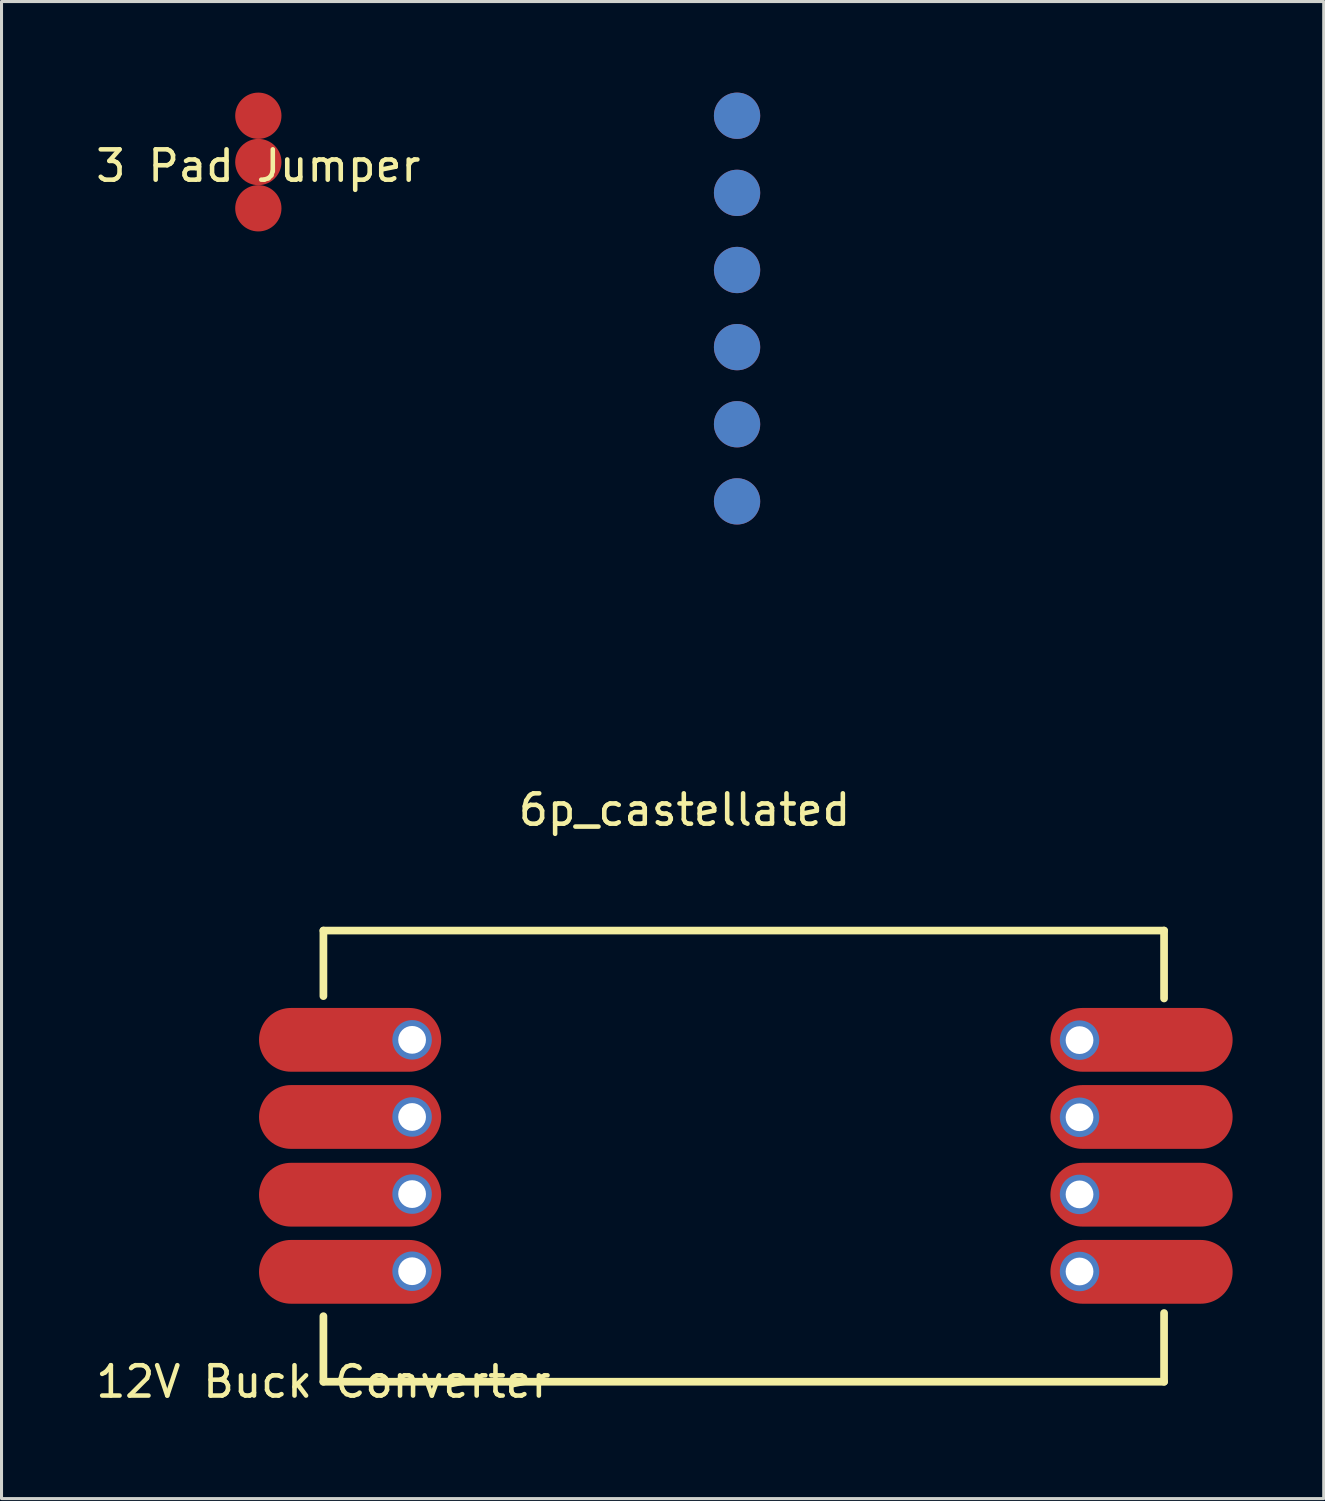
<source format=kicad_pcb>
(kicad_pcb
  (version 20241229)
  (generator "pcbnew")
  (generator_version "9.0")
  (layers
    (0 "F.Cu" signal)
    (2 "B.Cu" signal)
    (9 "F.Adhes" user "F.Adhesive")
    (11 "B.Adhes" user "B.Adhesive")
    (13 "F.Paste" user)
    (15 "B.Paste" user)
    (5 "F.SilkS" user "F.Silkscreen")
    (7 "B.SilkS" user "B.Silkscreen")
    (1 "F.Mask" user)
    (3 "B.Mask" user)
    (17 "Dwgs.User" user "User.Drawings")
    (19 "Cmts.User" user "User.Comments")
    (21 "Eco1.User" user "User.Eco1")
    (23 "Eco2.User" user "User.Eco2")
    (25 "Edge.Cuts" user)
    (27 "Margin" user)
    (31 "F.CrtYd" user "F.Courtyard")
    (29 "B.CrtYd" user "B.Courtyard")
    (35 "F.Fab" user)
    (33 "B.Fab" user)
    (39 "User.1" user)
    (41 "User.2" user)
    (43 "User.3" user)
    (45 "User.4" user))
  (footprint "3 Pad Jumper"
    (layer "F.Cu")
    (at 5.458 2.413)
    (property "Reference" "3 Pad Jumper" (at 0 0 0) (unlocked yes) (layer "F.SilkS") (effects (font (size 1 1) (thickness 0.15))))
    (pad "1" smd circle (at 0 -1.651) (size 1.524 1.524) (layers "F.Cu" "F.Mask" "F.Paste"))
    (pad "2" smd circle (at 0 -0.127) (size 1.524 1.524) (layers "F.Cu" "F.Mask" "F.Paste"))
    (pad "3" smd circle (at 0 1.397) (size 1.524 1.524) (layers "F.Cu" "F.Mask" "F.Paste")))
  (footprint "6p_castellated"
    (layer "F.Cu")
    (at 19.494 23.622)
    (property "Reference" "6p_castellated" (at 0 0 0) (unlocked yes) (layer "F.SilkS") (effects (font (size 1 1) (thickness 0.15))))
    (pad "1" smd circle (at 1.73 -22.86 180) (size 1.524 1.524) (layers "F.Cu" "F.Mask" "F.Paste"))
    (pad "1" smd circle (at 1.73 -22.86 180) (size 1.524 1.524) (layers "B.Cu" "B.Mask" "B.Paste"))
    (pad "2" smd circle (at 1.73 -20.32 180) (size 1.524 1.524) (layers "F.Cu" "F.Mask" "F.Paste"))
    (pad "2" smd circle (at 1.73 -20.32 180) (size 1.524 1.524) (layers "B.Cu" "B.Mask" "B.Paste"))
    (pad "3" smd circle (at 1.73 -17.78 180) (size 1.524 1.524) (layers "F.Cu" "F.Mask" "F.Paste"))
    (pad "3" smd circle (at 1.73 -17.78 180) (size 1.524 1.524) (layers "B.Cu" "B.Mask" "B.Paste"))
    (pad "4" smd circle (at 1.73 -15.24 180) (size 1.524 1.524) (layers "F.Cu" "F.Mask" "F.Paste"))
    (pad "4" smd circle (at 1.73 -15.24 180) (size 1.524 1.524) (layers "B.Cu" "B.Mask" "B.Paste"))
    (pad "5" smd circle (at 1.73 -12.7 180) (size 1.524 1.524) (layers "F.Cu" "F.Mask" "F.Paste"))
    (pad "5" smd circle (at 1.73 -12.7 180) (size 1.524 1.524) (layers "B.Cu" "B.Mask" "B.Paste"))
    (pad "6" smd circle (at 1.73 -10.16 180) (size 1.524 1.524) (layers "F.Cu" "F.Mask" "F.Paste"))
    (pad "6" smd circle (at 1.73 -10.16 180) (size 1.524 1.524) (layers "B.Cu" "B.Mask" "B.Paste")))
  (footprint "12V Buck Converter"
    (layer "F.Cu")
    (at 7.601 42.456)
    (property "Reference" "12V Buck Converter" (at 0 0 0) (unlocked yes) (layer "F.SilkS") (effects (font (size 1 1) (thickness 0.15))))
    (fp_line (start 0 -14.859) (end 27.686 -14.859) (stroke (width 0.254) (type default)) (layer "F.SilkS"))
    (fp_line (start 0 -12.7) (end 0 -14.859) (stroke (width 0.254) (type default)) (layer "F.SilkS"))
    (fp_line (start 0 -2.159) (end 0 0) (stroke (width 0.254) (type default)) (layer "F.SilkS"))
    (fp_line (start 0 0) (end 27.686 0) (stroke (width 0.254) (type default)) (layer "F.SilkS"))
    (fp_line (start 27.686 -14.859) (end 27.686 -12.623) (stroke (width 0.254) (type default)) (layer "F.SilkS"))
    (fp_line (start 27.686 0) (end 27.686 -2.263) (stroke (width 0.254) (type default)) (layer "F.SilkS"))
    (pad "1" smd oval (at 0.879 -11.26 90) (size 2.1 6) (layers "F.Cu" "F.Mask" "F.Paste"))
    (pad "1" thru_hole circle (at 2.921 -11.26 270) (size 1.3 1.3) (drill 0.914) (layers "*.Cu" "*.Mask"))
    (pad "2" smd oval (at 0.879 -8.72 90) (size 2.1 6) (layers "F.Cu" "F.Mask" "F.Paste"))
    (pad "2" thru_hole circle (at 2.921 -8.72 270) (size 1.3 1.3) (drill 0.914) (layers "*.Cu" "*.Mask"))
    (pad "3" smd oval (at 0.879 -6.16 90) (size 2.1 6) (layers "F.Cu" "F.Mask" "F.Paste"))
    (pad "3" thru_hole circle (at 2.921 -6.18 270) (size 1.3 1.3) (drill 0.914) (layers "*.Cu" "*.Mask"))
    (pad "4" smd oval (at 0.879 -3.62 90) (size 2.1 6) (layers "F.Cu" "F.Mask" "F.Paste"))
    (pad "4" thru_hole circle (at 2.921 -3.64 270) (size 1.3 1.3) (drill 0.914) (layers "*.Cu" "*.Mask"))
    (pad "5" thru_hole circle (at 24.902 -11.251 90) (size 1.3 1.3) (drill 0.914) (layers "*.Cu" "*.Mask"))
    (pad "5" smd oval (at 26.944 -11.26 270) (size 2.1 6) (layers "F.Cu" "F.Mask" "F.Paste"))
    (pad "6" thru_hole circle (at 24.902 -8.71 90) (size 1.3 1.3) (drill 0.914) (layers "*.Cu" "*.Mask"))
    (pad "6" smd oval (at 26.944 -8.72 270) (size 2.1 6) (layers "F.Cu" "F.Mask" "F.Paste"))
    (pad "7" thru_hole circle (at 24.902 -6.17 90) (size 1.3 1.3) (drill 0.914) (layers "*.Cu" "*.Mask"))
    (pad "7" smd oval (at 26.944 -6.16 270) (size 2.1 6) (layers "F.Cu" "F.Mask" "F.Paste"))
    (pad "8" thru_hole circle (at 24.902 -3.631 90) (size 1.3 1.3) (drill 0.914) (layers "*.Cu" "*.Mask"))
    (pad "8" smd oval (at 26.944 -3.62 270) (size 2.1 6) (layers "F.Cu" "F.Mask" "F.Paste")))
  (gr_rect
    (start -3 -3)
    (end 40.545 46.304)
    (stroke (width 0.1) (type default))
    (fill no)
    (layer "Edge.Cuts")))
</source>
